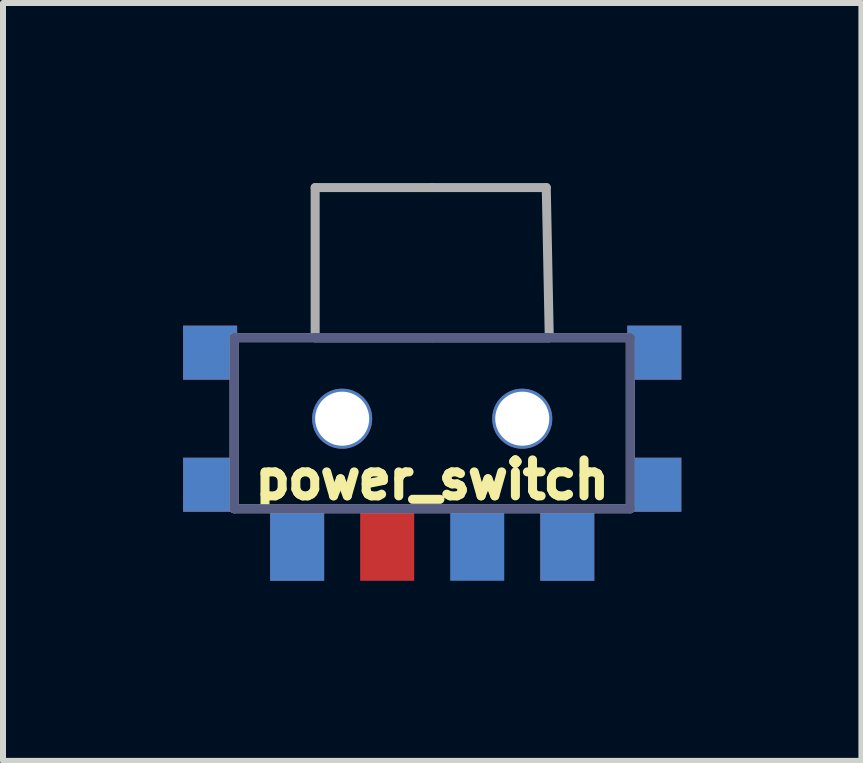
<source format=kicad_pcb>
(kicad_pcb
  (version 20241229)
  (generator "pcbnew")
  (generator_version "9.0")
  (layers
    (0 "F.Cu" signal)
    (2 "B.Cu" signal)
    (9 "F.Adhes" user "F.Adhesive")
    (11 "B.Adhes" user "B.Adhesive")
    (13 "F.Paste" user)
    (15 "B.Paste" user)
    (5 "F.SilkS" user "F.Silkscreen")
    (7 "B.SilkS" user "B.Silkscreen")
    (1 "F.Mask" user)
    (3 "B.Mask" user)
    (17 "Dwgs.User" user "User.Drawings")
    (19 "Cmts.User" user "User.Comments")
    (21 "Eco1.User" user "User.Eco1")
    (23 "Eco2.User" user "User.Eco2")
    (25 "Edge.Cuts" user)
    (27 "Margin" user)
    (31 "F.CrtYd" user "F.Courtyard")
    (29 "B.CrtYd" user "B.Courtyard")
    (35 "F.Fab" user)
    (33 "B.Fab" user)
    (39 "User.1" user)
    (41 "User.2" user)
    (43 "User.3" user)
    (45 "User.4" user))
  (footprint "power_switch"
    (layer "F.Cu")
    (at 4.15 3.925)
    (property "Reference" "power_switch" (at 0 1.016 180) (layer "F.SilkS") (effects (font (size 0.6 0.6) (thickness 0.15))))
    (attr through_hole)
    (fp_line (start -3.3 1.5) (end -3.3 -1.35) (stroke (width 0.15) (type solid)) (layer "B.Fab"))
    (fp_line (start -1.95 -1.35) (end 1.95 -1.35) (stroke (width 0.15) (type solid)) (layer "B.Fab"))
    (fp_line (start 0 -1.35) (end -3.3 -1.35) (stroke (width 0.15) (type solid)) (layer "B.Fab"))
    (fp_line (start 0 -1.35) (end 3.3 -1.35) (stroke (width 0.15) (type solid)) (layer "B.Fab"))
    (fp_line (start 3.3 -1.35) (end 3.3 1.5) (stroke (width 0.15) (type solid)) (layer "B.Fab"))
    (fp_line (start 3.3 1.5) (end -3.3 1.5) (stroke (width 0.15) (type solid)) (layer "B.Fab"))
    (fp_line (start -3.3 -1.35) (end -3.3 1.5) (stroke (width 0.15) (type solid)) (layer "F.Fab"))
    (fp_line (start -3.3 1.5) (end 3.3 1.5) (stroke (width 0.15) (type solid)) (layer "F.Fab"))
    (fp_line (start -1.95 -3.85) (end 0 -3.85) (stroke (width 0.15) (type solid)) (layer "F.Fab"))
    (fp_line (start -1.95 -1.35) (end -1.95 -3.85) (stroke (width 0.15) (type solid)) (layer "F.Fab"))
    (fp_line (start 0 -3.85) (end 1.9 -3.85) (stroke (width 0.15) (type solid)) (layer "F.Fab"))
    (fp_line (start 0 -1.35) (end -3.3 -1.35) (stroke (width 0.15) (type solid)) (layer "F.Fab"))
    (fp_line (start 0 -1.35) (end 3.3 -1.35) (stroke (width 0.15) (type solid)) (layer "F.Fab"))
    (fp_line (start 1.9 -3.85) (end 1.95 -1.35) (stroke (width 0.15) (type solid)) (layer "F.Fab"))
    (fp_line (start 1.95 -1.35) (end -1.95 -1.35) (stroke (width 0.15) (type solid)) (layer "F.Fab"))
    (fp_line (start 3.3 1.5) (end 3.3 -1.35) (stroke (width 0.15) (type solid)) (layer "F.Fab"))
    (pad "" np_thru_hole circle (at -1.5 0) (size 1 1) (drill 0.9) (layers "*.Cu" "*.Mask"))
    (pad "" np_thru_hole circle (at 1.5 0) (size 1 1) (drill 0.9) (layers "*.Cu" "*.Mask"))
    (pad "0" smd rect (at -3.7 -1.1) (size 0.9 0.9) (layers "F.Cu" "F.Mask" "F.Paste"))
    (pad "0" smd rect (at -3.7 -1.1) (size 0.9 0.9) (layers "B.Cu" "B.Mask" "B.Paste"))
    (pad "0" smd rect (at -3.7 1.1) (size 0.9 0.9) (layers "F.Cu" "F.Mask" "F.Paste"))
    (pad "0" smd rect (at -3.7 1.1) (size 0.9 0.9) (layers "B.Cu" "B.Mask" "B.Paste"))
    (pad "0" smd rect (at 3.7 -1.1) (size 0.9 0.9) (layers "F.Cu" "F.Mask" "F.Paste"))
    (pad "0" smd rect (at 3.7 -1.1) (size 0.9 0.9) (layers "B.Cu" "B.Mask" "B.Paste"))
    (pad "0" smd rect (at 3.7 1.1) (size 0.9 0.9) (layers "F.Cu" "F.Mask" "F.Paste"))
    (pad "0" smd rect (at 3.7 1.1) (size 0.9 0.9) (layers "B.Cu" "B.Mask" "B.Paste"))
    (pad "1" smd rect (at -2.25 2.075) (size 0.9 1.25) (layers "B.Cu" "B.Mask" "B.Paste"))
    (pad "1" smd rect (at 2.25 2.075) (size 0.9 1.25) (layers "F.Cu" "F.Mask" "F.Paste"))
    (pad "2" smd rect (at -0.75 2.075) (size 0.9 1.25) (layers "F.Cu" "F.Mask" "F.Paste"))
    (pad "2" smd rect (at 0.75 2.075) (size 0.9 1.25) (layers "B.Cu" "B.Mask" "B.Paste"))
    (pad "3" smd rect (at -2.25 2.075) (size 0.9 1.25) (layers "F.Cu" "F.Mask" "F.Paste"))
    (pad "3" smd rect (at 2.25 2.075) (size 0.9 1.25) (layers "B.Cu" "B.Mask" "B.Paste")))
  (gr_rect
    (start -3 -3)
    (end 11.3 9.625)
    (stroke (width 0.1) (type default))
    (fill no)
    (layer "Edge.Cuts")))
</source>
